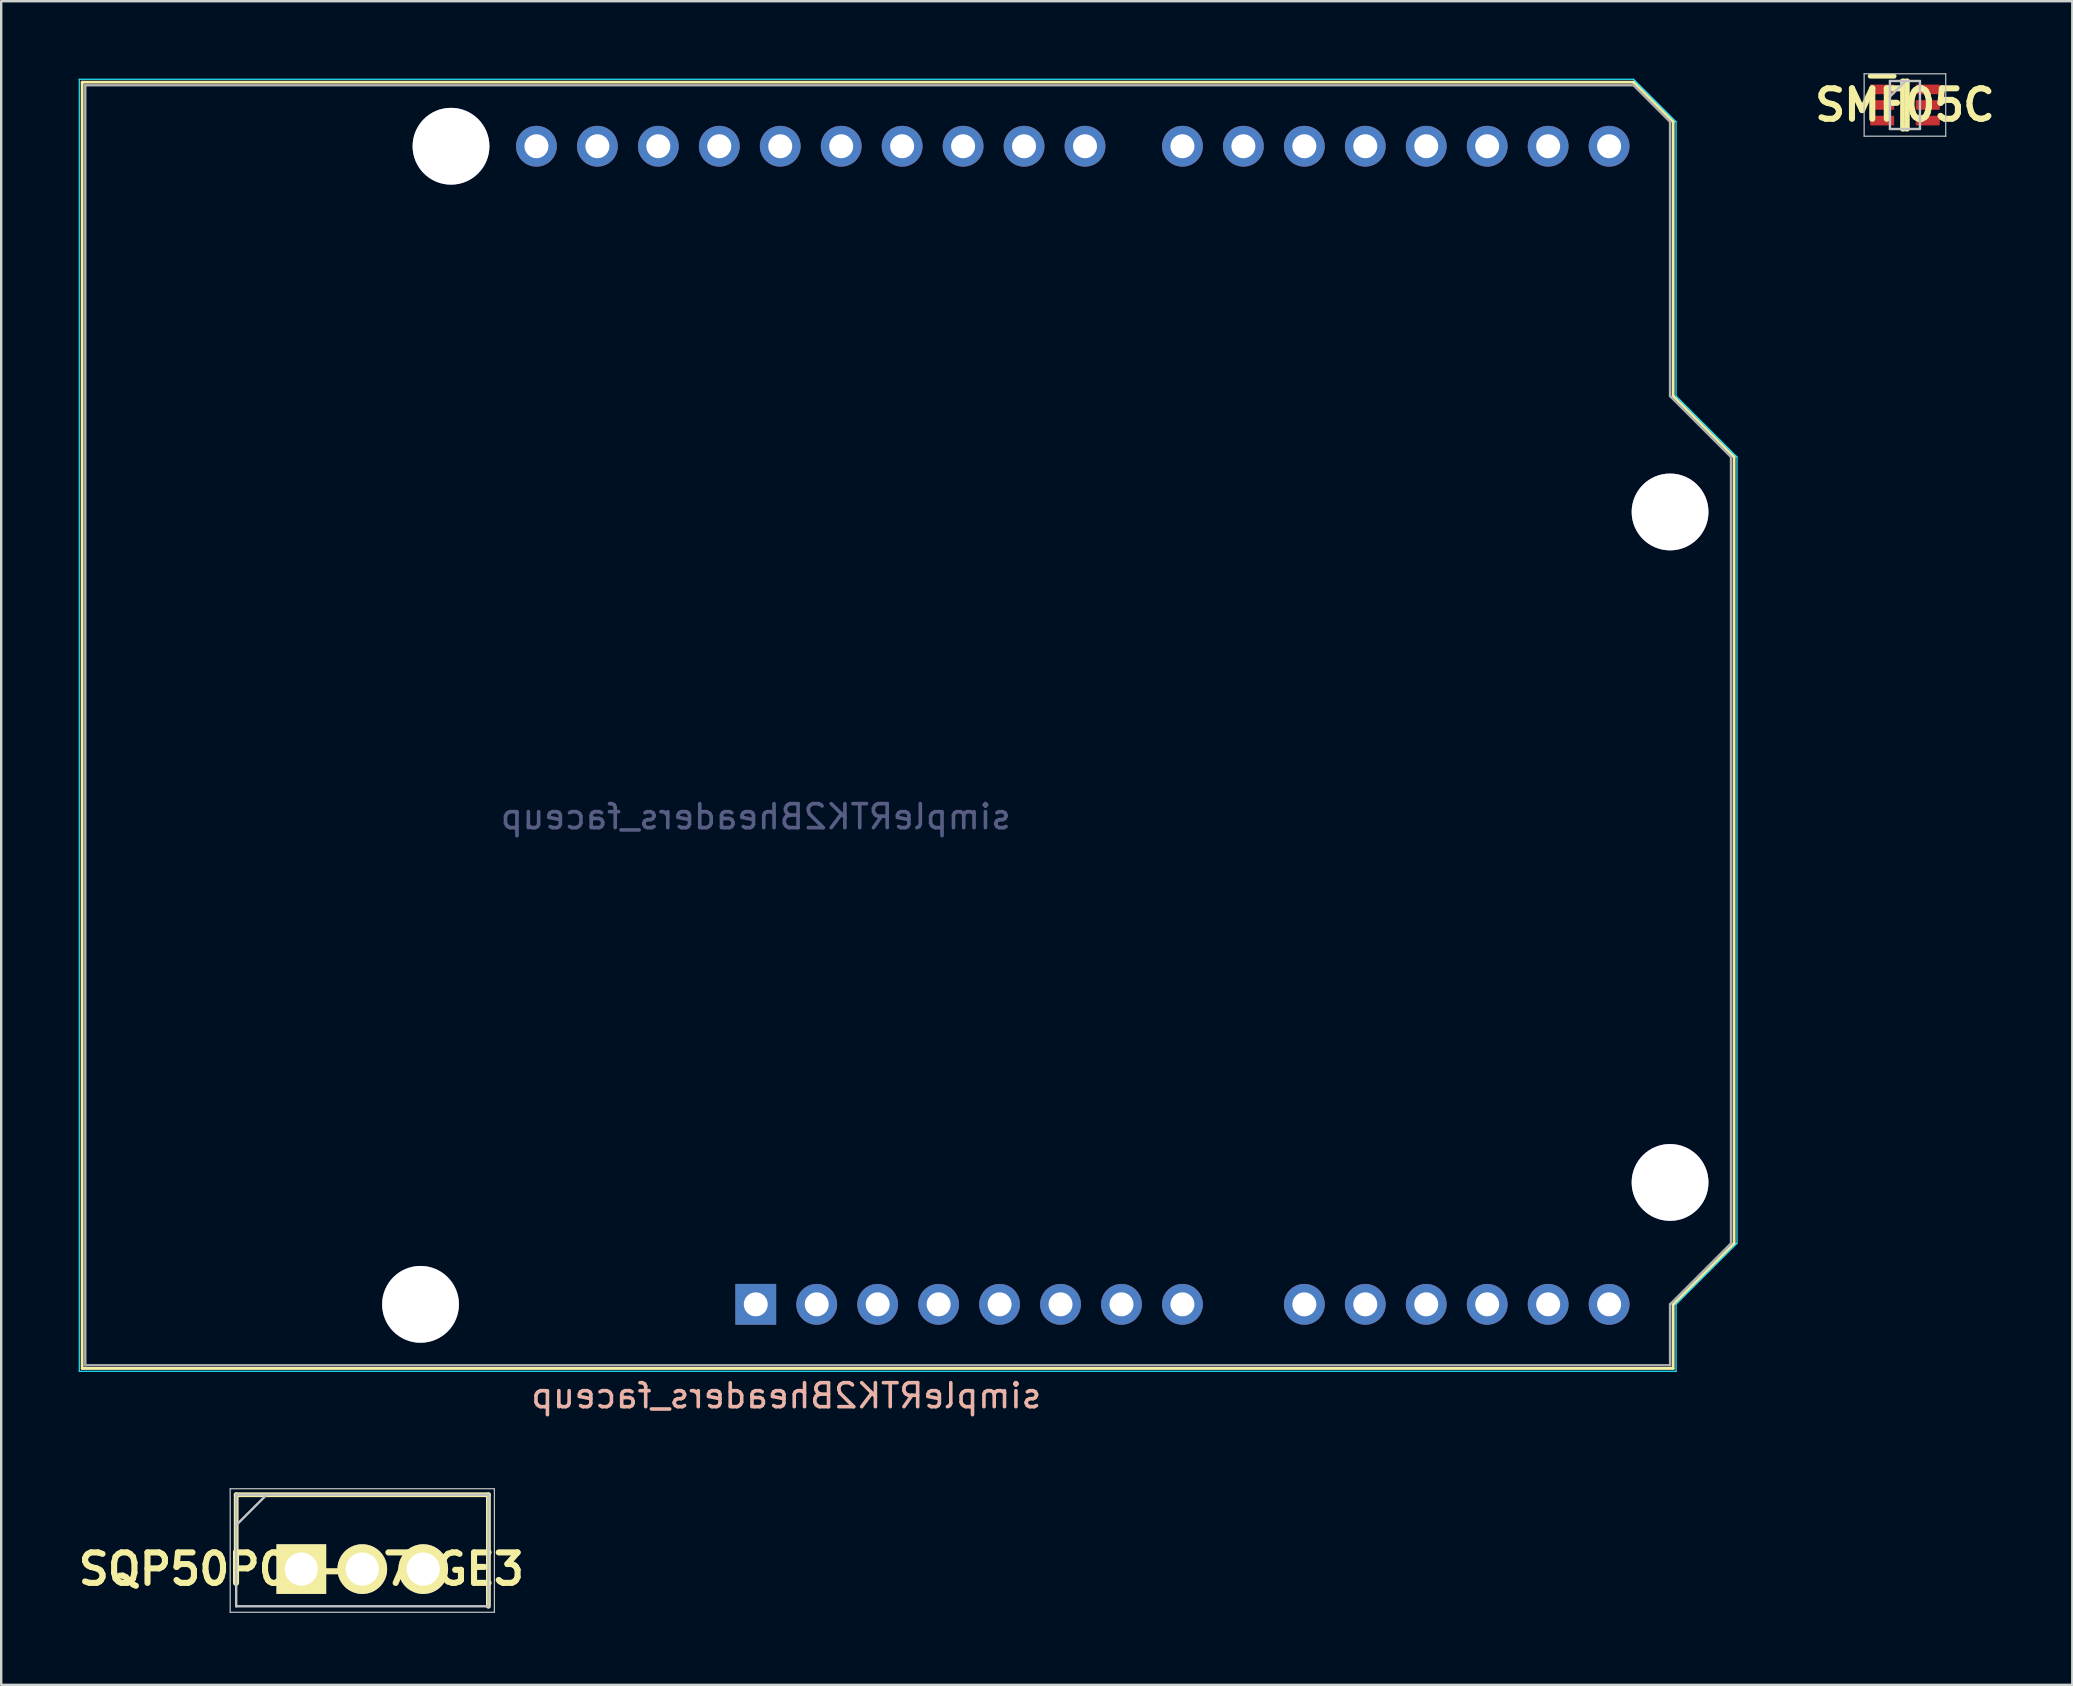
<source format=kicad_pcb>
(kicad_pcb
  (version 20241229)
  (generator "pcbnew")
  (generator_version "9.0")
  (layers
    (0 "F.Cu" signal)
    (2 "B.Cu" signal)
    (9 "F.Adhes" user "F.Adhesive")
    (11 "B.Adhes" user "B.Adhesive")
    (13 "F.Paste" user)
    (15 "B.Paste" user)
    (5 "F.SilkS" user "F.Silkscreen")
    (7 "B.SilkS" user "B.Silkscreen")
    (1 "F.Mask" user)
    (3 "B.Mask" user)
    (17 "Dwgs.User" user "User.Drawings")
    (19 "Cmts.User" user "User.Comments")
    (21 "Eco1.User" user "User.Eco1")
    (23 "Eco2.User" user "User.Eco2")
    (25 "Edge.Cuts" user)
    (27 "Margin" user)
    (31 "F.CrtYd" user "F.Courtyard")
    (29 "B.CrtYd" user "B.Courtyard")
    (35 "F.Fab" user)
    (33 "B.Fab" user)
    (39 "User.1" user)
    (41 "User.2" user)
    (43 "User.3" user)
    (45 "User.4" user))
  (footprint "SMF05C"
    (layer "F.Cu")
    (at 76.332 1.325)
    (property "Reference" "SMF05C" (at 0 0 0) (layer "F.SilkS") (effects (font (size 1.27 1.27) (thickness 0.254))))
    (attr smd)
    (fp_line (start -1.45 -1.2) (end -0.45 -1.2) (stroke (width 0.2) (type solid)) (layer "F.SilkS"))
    (fp_line (start -0.1 -1) (end 0.1 -1) (stroke (width 0.2) (type solid)) (layer "F.SilkS"))
    (fp_line (start -0.1 1) (end -0.1 -1) (stroke (width 0.2) (type solid)) (layer "F.SilkS"))
    (fp_line (start 0.1 -1) (end 0.1 1) (stroke (width 0.2) (type solid)) (layer "F.SilkS"))
    (fp_line (start 0.1 1) (end -0.1 1) (stroke (width 0.2) (type solid)) (layer "F.SilkS"))
    (fp_line (start -1.7 -1.3) (end 1.7 -1.3) (stroke (width 0.05) (type solid)) (layer "Dwgs.User"))
    (fp_line (start -1.7 1.3) (end -1.7 -1.3) (stroke (width 0.05) (type solid)) (layer "Dwgs.User"))
    (fp_line (start -0.625 -1) (end 0.625 -1) (stroke (width 0.1) (type solid)) (layer "Dwgs.User"))
    (fp_line (start -0.625 -0.35) (end 0.025 -1) (stroke (width 0.1) (type solid)) (layer "Dwgs.User"))
    (fp_line (start -0.625 1) (end -0.625 -1) (stroke (width 0.1) (type solid)) (layer "Dwgs.User"))
    (fp_line (start 0.625 -1) (end 0.625 1) (stroke (width 0.1) (type solid)) (layer "Dwgs.User"))
    (fp_line (start 0.625 1) (end -0.625 1) (stroke (width 0.1) (type solid)) (layer "Dwgs.User"))
    (fp_line (start 1.7 -1.3) (end 1.7 1.3) (stroke (width 0.05) (type solid)) (layer "Dwgs.User"))
    (fp_line (start 1.7 1.3) (end -1.7 1.3) (stroke (width 0.05) (type solid)) (layer "Dwgs.User"))
    (pad "1" smd rect (at -0.95 -0.65 90) (size 0.4 1) (layers "F.Cu" "F.Mask" "F.Paste"))
    (pad "2" smd rect (at -0.95 0 90) (size 0.4 1) (layers "F.Cu" "F.Mask" "F.Paste"))
    (pad "3" smd rect (at -0.95 0.65 90) (size 0.4 1) (layers "F.Cu" "F.Mask" "F.Paste"))
    (pad "4" smd rect (at 0.95 0.65 90) (size 0.4 1) (layers "F.Cu" "F.Mask" "F.Paste"))
    (pad "5" smd rect (at 0.95 0 90) (size 0.4 1) (layers "F.Cu" "F.Mask" "F.Paste"))
    (pad "6" smd rect (at 0.95 -0.65 90) (size 0.4 1) (layers "F.Cu" "F.Mask" "F.Paste")))
  (footprint "SQP50P03-07_GE3"
    (layer "F.Cu")
    (at 9.507 62.337)
    (property "Reference" "SQP50P03-07_GE3" (at 0 0 0) (layer "F.SilkS") (effects (font (size 1.27 1.27) (thickness 0.254))))
    (attr through_hole)
    (fp_line (start -2.715 -3.1) (end -2.715 0) (stroke (width 0.2) (type solid)) (layer "F.SilkS"))
    (fp_line (start 7.795 -3.1) (end -2.715 -3.1) (stroke (width 0.2) (type solid)) (layer "F.SilkS"))
    (fp_line (start 7.795 1.55) (end 7.795 -3.1) (stroke (width 0.2) (type solid)) (layer "F.SilkS"))
    (fp_line (start -2.965 -3.35) (end 8.045 -3.35) (stroke (width 0.05) (type solid)) (layer "Dwgs.User"))
    (fp_line (start -2.965 1.8) (end -2.965 -3.35) (stroke (width 0.05) (type solid)) (layer "Dwgs.User"))
    (fp_line (start -2.715 -3.1) (end 7.795 -3.1) (stroke (width 0.1) (type solid)) (layer "Dwgs.User"))
    (fp_line (start -2.715 -1.83) (end -1.445 -3.1) (stroke (width 0.1) (type solid)) (layer "Dwgs.User"))
    (fp_line (start -2.715 1.55) (end -2.715 -3.1) (stroke (width 0.1) (type solid)) (layer "Dwgs.User"))
    (fp_line (start 7.795 -3.1) (end 7.795 1.55) (stroke (width 0.1) (type solid)) (layer "Dwgs.User"))
    (fp_line (start 7.795 1.55) (end -2.715 1.55) (stroke (width 0.1) (type solid)) (layer "Dwgs.User"))
    (fp_line (start 8.045 -3.35) (end 8.045 1.8) (stroke (width 0.05) (type solid)) (layer "Dwgs.User"))
    (fp_line (start 8.045 1.8) (end -2.965 1.8) (stroke (width 0.05) (type solid)) (layer "Dwgs.User"))
    (pad "1" thru_hole rect (at 0 0 90) (size 2.07 2.07) (drill 1.38) (layers "*.Cu" "*.Mask" "F.SilkS"))
    (pad "2" thru_hole circle (at 2.54 0 90) (size 2.07 2.07) (drill 1.38) (layers "*.Cu" "*.Mask" "F.SilkS"))
    (pad "3" thru_hole circle (at 5.08 0 90) (size 2.07 2.07) (drill 1.38) (layers "*.Cu" "*.Mask" "F.SilkS")))
  (footprint "simpleRTK2Bheaders_faceup"
    (layer "F.Cu")
    (at 0.25 0.25)
    (property "Reference" "simpleRTK2Bheaders_faceup" (at 29.464 54.864 180) (layer "B.SilkS") (effects (font (size 1 1) (thickness 0.15)) (justify mirror)))
    (attr through_hole)
    (fp_line (start 0.124 0.124) (end 64.774 0.124) (stroke (width 0.12) (type solid)) (layer "F.SilkS"))
    (fp_line (start 0.124 53.721) (end 0.124 0.124) (stroke (width 0.12) (type solid)) (layer "F.SilkS"))
    (fp_line (start 64.774 0.124) (end 66.424 1.774) (stroke (width 0.12) (type solid)) (layer "F.SilkS"))
    (fp_line (start 66.424 1.774) (end 66.424 13.204) (stroke (width 0.12) (type solid)) (layer "F.SilkS"))
    (fp_line (start 66.424 13.204) (end 68.964 15.744) (stroke (width 0.12) (type solid)) (layer "F.SilkS"))
    (fp_line (start 66.424 51.054) (end 66.424 53.724) (stroke (width 0.12) (type solid)) (layer "F.SilkS"))
    (fp_line (start 66.424 53.724) (end 0.124 53.724) (stroke (width 0.12) (type solid)) (layer "F.SilkS"))
    (fp_line (start 68.964 15.744) (end 68.964 48.514) (stroke (width 0.12) (type solid)) (layer "F.SilkS"))
    (fp_line (start 68.964 48.514) (end 66.424 51.054) (stroke (width 0.12) (type solid)) (layer "F.SilkS"))
    (fp_line (start 0.004 0.004) (end 0.004 53.844) (stroke (width 0.05) (type solid)) (layer "B.CrtYd"))
    (fp_line (start 0.004 53.844) (end 66.544 53.844) (stroke (width 0.05) (type solid)) (layer "B.CrtYd"))
    (fp_line (start 64.774 0.004) (end 0.004 0.004) (stroke (width 0.05) (type solid)) (layer "B.CrtYd"))
    (fp_line (start 66.544 1.774) (end 64.774 0.004) (stroke (width 0.05) (type solid)) (layer "B.CrtYd"))
    (fp_line (start 66.544 13.204) (end 66.544 1.774) (stroke (width 0.05) (type solid)) (layer "B.CrtYd"))
    (fp_line (start 66.544 51.054) (end 69.084 48.514) (stroke (width 0.05) (type solid)) (layer "B.CrtYd"))
    (fp_line (start 66.544 53.844) (end 66.544 51.054) (stroke (width 0.05) (type solid)) (layer "B.CrtYd"))
    (fp_line (start 69.084 15.744) (end 66.544 13.204) (stroke (width 0.05) (type solid)) (layer "B.CrtYd"))
    (fp_line (start 69.084 48.514) (end 69.084 15.744) (stroke (width 0.05) (type solid)) (layer "B.CrtYd"))
    (fp_line (start 0.254 0.254) (end 0.254 53.594) (stroke (width 0.1) (type solid)) (layer "F.Fab"))
    (fp_line (start 0.254 53.594) (end 66.294 53.594) (stroke (width 0.1) (type solid)) (layer "F.Fab"))
    (fp_line (start 64.774 0.254) (end 0.254 0.254) (stroke (width 0.1) (type solid)) (layer "F.Fab"))
    (fp_line (start 66.294 1.774) (end 64.774 0.254) (stroke (width 0.1) (type solid)) (layer "F.Fab"))
    (fp_line (start 66.294 13.204) (end 66.294 1.774) (stroke (width 0.1) (type solid)) (layer "F.Fab"))
    (fp_line (start 66.294 51.054) (end 68.834 48.514) (stroke (width 0.1) (type solid)) (layer "F.Fab"))
    (fp_line (start 66.294 53.594) (end 66.294 51.054) (stroke (width 0.1) (type solid)) (layer "F.Fab"))
    (fp_line (start 68.834 15.744) (end 66.294 13.204) (stroke (width 0.1) (type solid)) (layer "F.Fab"))
    (fp_line (start 68.834 48.514) (end 68.834 15.744) (stroke (width 0.1) (type solid)) (layer "F.Fab"))
    (fp_text user "${REFERENCE}" (at 28.194 30.734 180) (layer "B.Fab") (effects (font (size 1 1) (thickness 0.15)) (justify mirror)))
    (pad "" thru_hole circle (at 14.224 51.054 270) (size 3.2 3.2) (drill 3.2) (layers "*.Cu" "*.Mask"))
    (pad "" thru_hole circle (at 15.494 2.794 270) (size 3.2 3.2) (drill 3.2) (layers "*.Cu" "*.Mask"))
    (pad "" thru_hole circle (at 66.294 18.034 270) (size 3.2 3.2) (drill 3.2) (layers "*.Cu" "*.Mask"))
    (pad "" thru_hole circle (at 66.294 45.974 270) (size 3.2 3.2) (drill 3.2) (layers "*.Cu" "*.Mask"))
    (pad "1" thru_hole rect (at 28.194 51.054 270) (size 1.7 1.7) (drill 1) (layers "*.Cu" "*.Mask"))
    (pad "3" thru_hole oval (at 33.274 51.054 270) (size 1.7 1.7) (drill 1) (layers "*.Cu" "*.Mask"))
    (pad "4" thru_hole oval (at 35.814 51.054 270) (size 1.7 1.7) (drill 1) (layers "*.Cu" "*.Mask"))
    (pad "5V" thru_hole oval (at 38.354 51.054 270) (size 1.7 1.7) (drill 1) (layers "*.Cu" "*.Mask"))
    (pad "8" thru_hole oval (at 45.974 51.054 270) (size 1.7 1.7) (drill 1) (layers "*.Cu" "*.Mask"))
    (pad "9" thru_hole oval (at 51.054 51.054 270) (size 1.7 1.7) (drill 1) (layers "*.Cu" "*.Mask"))
    (pad "10" thru_hole oval (at 53.594 51.054 270) (size 1.7 1.7) (drill 1) (layers "*.Cu" "*.Mask"))
    (pad "11" thru_hole oval (at 56.134 51.054 270) (size 1.7 1.7) (drill 1) (layers "*.Cu" "*.Mask"))
    (pad "12" thru_hole oval (at 58.674 51.054 270) (size 1.7 1.7) (drill 1) (layers "*.Cu" "*.Mask"))
    (pad "13" thru_hole oval (at 61.214 51.054 270) (size 1.7 1.7) (drill 1) (layers "*.Cu" "*.Mask"))
    (pad "14" thru_hole oval (at 63.754 51.054 270) (size 1.7 1.7) (drill 1) (layers "*.Cu" "*.Mask"))
    (pad "15" thru_hole oval (at 19.054 2.794 270) (size 1.7 1.7) (drill 1) (layers "*.Cu" "*.Mask"))
    (pad "16" thru_hole oval (at 21.594 2.794 270) (size 1.7 1.7) (drill 1) (layers "*.Cu" "*.Mask"))
    (pad "17" thru_hole oval (at 24.134 2.794 270) (size 1.7 1.7) (drill 1) (layers "*.Cu" "*.Mask"))
    (pad "19" thru_hole oval (at 29.214 2.794 270) (size 1.7 1.7) (drill 1) (layers "*.Cu" "*.Mask"))
    (pad "20" thru_hole oval (at 31.754 2.794 270) (size 1.7 1.7) (drill 1) (layers "*.Cu" "*.Mask"))
    (pad "21" thru_hole oval (at 34.294 2.794 270) (size 1.7 1.7) (drill 1) (layers "*.Cu" "*.Mask"))
    (pad "22" thru_hole oval (at 36.834 2.794 270) (size 1.7 1.7) (drill 1) (layers "*.Cu" "*.Mask"))
    (pad "23" thru_hole oval (at 39.374 2.794 270) (size 1.7 1.7) (drill 1) (layers "*.Cu" "*.Mask"))
    (pad "25" thru_hole oval (at 45.974 2.794 270) (size 1.7 1.7) (drill 1) (layers "*.Cu" "*.Mask"))
    (pad "26" thru_hole oval (at 48.514 2.794 270) (size 1.7 1.7) (drill 1) (layers "*.Cu" "*.Mask"))
    (pad "27" thru_hole oval (at 51.054 2.794 270) (size 1.7 1.7) (drill 1) (layers "*.Cu" "*.Mask"))
    (pad "28" thru_hole oval (at 53.594 2.794 270) (size 1.7 1.7) (drill 1) (layers "*.Cu" "*.Mask"))
    (pad "29" thru_hole oval (at 56.134 2.794 270) (size 1.7 1.7) (drill 1) (layers "*.Cu" "*.Mask"))
    (pad "GND1" thru_hole oval (at 40.894 51.054 270) (size 1.7 1.7) (drill 1) (layers "*.Cu" "*.Mask"))
    (pad "GND2" thru_hole oval (at 43.434 51.054 270) (size 1.7 1.7) (drill 1) (layers "*.Cu" "*.Mask"))
    (pad "GND3" thru_hole oval (at 26.674 2.794 270) (size 1.7 1.7) (drill 1) (layers "*.Cu" "*.Mask"))
    (pad "IOREF" thru_hole oval (at 30.734 51.054 270) (size 1.7 1.7) (drill 1) (layers "*.Cu" "*.Mask"))
    (pad "RX1" thru_hole oval (at 61.214 2.794 270) (size 1.7 1.7) (drill 1) (layers "*.Cu" "*.Mask"))
    (pad "RX2" thru_hole oval (at 41.914 2.794 270) (size 1.7 1.7) (drill 1) (layers "*.Cu" "*.Mask"))
    (pad "TX1" thru_hole oval (at 63.754 2.794 270) (size 1.7 1.7) (drill 1) (layers "*.Cu" "*.Mask"))
    (pad "TX2" thru_hole oval (at 58.674 2.794 270) (size 1.7 1.7) (drill 1) (layers "*.Cu" "*.Mask")))
  (gr_rect
    (start -3 -3)
    (end 83.306 67.162)
    (stroke (width 0.1) (type default))
    (fill no)
    (layer "Edge.Cuts")))
</source>
